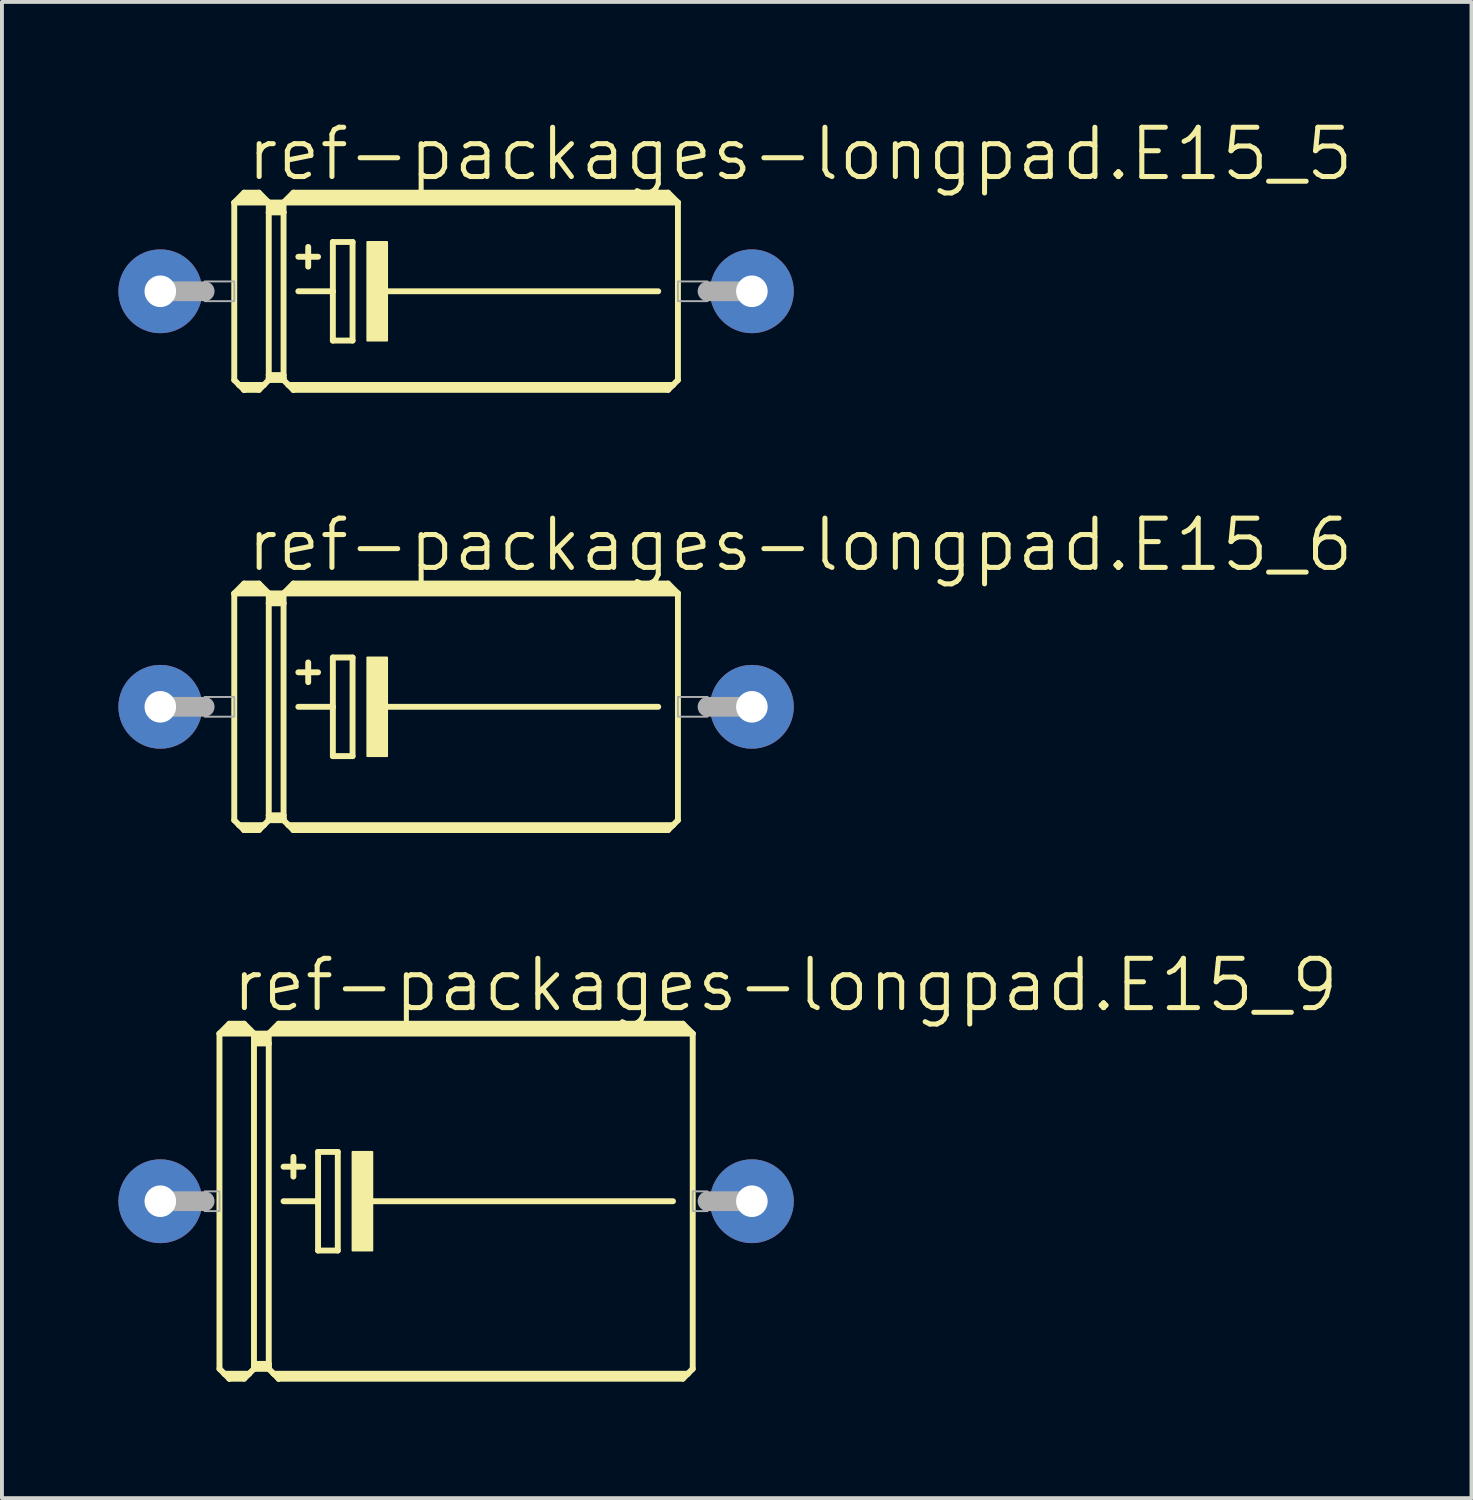
<source format=kicad_pcb>
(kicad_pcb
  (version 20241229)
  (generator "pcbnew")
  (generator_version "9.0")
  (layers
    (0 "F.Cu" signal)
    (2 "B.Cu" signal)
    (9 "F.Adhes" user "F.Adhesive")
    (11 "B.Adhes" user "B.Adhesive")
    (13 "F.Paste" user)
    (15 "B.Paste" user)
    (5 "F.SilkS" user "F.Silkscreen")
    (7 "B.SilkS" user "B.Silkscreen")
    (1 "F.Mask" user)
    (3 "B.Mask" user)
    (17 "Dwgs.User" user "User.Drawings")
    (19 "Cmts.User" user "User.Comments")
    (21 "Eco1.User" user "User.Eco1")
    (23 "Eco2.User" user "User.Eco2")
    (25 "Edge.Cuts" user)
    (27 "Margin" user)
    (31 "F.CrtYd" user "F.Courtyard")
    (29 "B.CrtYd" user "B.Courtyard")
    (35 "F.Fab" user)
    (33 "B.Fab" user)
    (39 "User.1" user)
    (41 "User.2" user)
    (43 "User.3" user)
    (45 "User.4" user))
  (footprint "ref-packages-longpad.E15_9"
    (layer "F.Cu")
    (at 8.7 27.896)
    (property "Reference" "ref-packages-longpad.E15_9" (at -5.842 -4.826 0) (layer "F.SilkS") (effects (font (size 1.27 1.27) (thickness 0.13)) (justify left bottom)))
    (attr through_hole)
    (fp_line (start -6.096 -4.318) (end -5.207 -4.318) (stroke (width 0.152) (type default)) (layer "F.SilkS"))
    (fp_line (start -6.096 4.318) (end -6.096 -4.318) (stroke (width 0.152) (type default)) (layer "F.SilkS"))
    (fp_line (start -6.096 4.318) (end -5.969 4.445) (stroke (width 0.152) (type default)) (layer "F.SilkS"))
    (fp_line (start -5.969 4.445) (end -5.842 4.572) (stroke (width 0.152) (type default)) (layer "F.SilkS"))
    (fp_line (start -5.969 4.445) (end -5.334 4.445) (stroke (width 0.152) (type default)) (layer "F.SilkS"))
    (fp_line (start -5.842 -4.572) (end -6.096 -4.318) (stroke (width 0.152) (type default)) (layer "F.SilkS"))
    (fp_line (start -5.842 -4.572) (end -5.461 -4.572) (stroke (width 0.152) (type default)) (layer "F.SilkS"))
    (fp_line (start -5.842 -4.445) (end -5.461 -4.445) (stroke (width 0.305) (type default)) (layer "F.SilkS"))
    (fp_line (start -5.842 4.521) (end -5.842 4.572) (stroke (width 0.152) (type default)) (layer "F.SilkS"))
    (fp_line (start -5.842 4.572) (end -5.461 4.572) (stroke (width 0.152) (type default)) (layer "F.SilkS"))
    (fp_line (start -5.461 -4.572) (end -5.207 -4.318) (stroke (width 0.152) (type default)) (layer "F.SilkS"))
    (fp_line (start -5.461 4.521) (end -5.842 4.521) (stroke (width 0.152) (type default)) (layer "F.SilkS"))
    (fp_line (start -5.461 4.572) (end -5.334 4.445) (stroke (width 0.152) (type default)) (layer "F.SilkS"))
    (fp_line (start -5.334 4.445) (end -5.207 4.318) (stroke (width 0.152) (type default)) (layer "F.SilkS"))
    (fp_line (start -5.207 -4.318) (end -5.207 -4.064) (stroke (width 0.152) (type default)) (layer "F.SilkS"))
    (fp_line (start -5.207 -4.318) (end -4.826 -4.318) (stroke (width 0.152) (type default)) (layer "F.SilkS"))
    (fp_line (start -5.207 -4.064) (end -5.207 4.191) (stroke (width 0.152) (type default)) (layer "F.SilkS"))
    (fp_line (start -5.207 -4.064) (end -4.826 -4.064) (stroke (width 0.152) (type default)) (layer "F.SilkS"))
    (fp_line (start -5.207 4.191) (end -5.207 4.267) (stroke (width 0.152) (type default)) (layer "F.SilkS"))
    (fp_line (start -5.207 4.191) (end -4.826 4.191) (stroke (width 0.152) (type default)) (layer "F.SilkS"))
    (fp_line (start -5.207 4.267) (end -5.207 4.318) (stroke (width 0.152) (type default)) (layer "F.SilkS"))
    (fp_line (start -5.207 4.318) (end -4.826 4.318) (stroke (width 0.152) (type default)) (layer "F.SilkS"))
    (fp_line (start -5.08 -4.191) (end -4.953 -4.191) (stroke (width 0.305) (type default)) (layer "F.SilkS"))
    (fp_line (start -4.826 -4.318) (end -4.826 -4.064) (stroke (width 0.152) (type default)) (layer "F.SilkS"))
    (fp_line (start -4.826 -4.318) (end -4.572 -4.572) (stroke (width 0.152) (type default)) (layer "F.SilkS"))
    (fp_line (start -4.826 -4.318) (end 6.096 -4.318) (stroke (width 0.152) (type default)) (layer "F.SilkS"))
    (fp_line (start -4.826 -4.064) (end -4.826 4.191) (stroke (width 0.152) (type default)) (layer "F.SilkS"))
    (fp_line (start -4.826 4.191) (end -4.826 4.267) (stroke (width 0.152) (type default)) (layer "F.SilkS"))
    (fp_line (start -4.826 4.267) (end -5.207 4.267) (stroke (width 0.152) (type default)) (layer "F.SilkS"))
    (fp_line (start -4.826 4.267) (end -4.826 4.318) (stroke (width 0.152) (type default)) (layer "F.SilkS"))
    (fp_line (start -4.826 4.318) (end -4.699 4.445) (stroke (width 0.152) (type default)) (layer "F.SilkS"))
    (fp_line (start -4.699 4.445) (end -4.572 4.572) (stroke (width 0.152) (type default)) (layer "F.SilkS"))
    (fp_line (start -4.699 4.445) (end 5.969 4.445) (stroke (width 0.152) (type default)) (layer "F.SilkS"))
    (fp_line (start -4.572 -4.572) (end 5.842 -4.572) (stroke (width 0.152) (type default)) (layer "F.SilkS"))
    (fp_line (start -4.572 -4.445) (end 5.842 -4.445) (stroke (width 0.305) (type default)) (layer "F.SilkS"))
    (fp_line (start -4.572 4.521) (end -4.572 4.572) (stroke (width 0.152) (type default)) (layer "F.SilkS"))
    (fp_line (start -4.572 4.572) (end 5.842 4.572) (stroke (width 0.152) (type default)) (layer "F.SilkS"))
    (fp_line (start -4.445 -0.889) (end -3.937 -0.889) (stroke (width 0.152) (type default)) (layer "F.SilkS"))
    (fp_line (start -4.445 0) (end -3.556 0) (stroke (width 0.152) (type default)) (layer "F.SilkS"))
    (fp_line (start -4.191 -1.143) (end -4.191 -0.635) (stroke (width 0.152) (type default)) (layer "F.SilkS"))
    (fp_line (start -3.556 -1.27) (end -3.556 0) (stroke (width 0.152) (type default)) (layer "F.SilkS"))
    (fp_line (start -3.556 0) (end -3.556 1.27) (stroke (width 0.152) (type default)) (layer "F.SilkS"))
    (fp_line (start -3.556 1.27) (end -3.048 1.27) (stroke (width 0.152) (type default)) (layer "F.SilkS"))
    (fp_line (start -3.048 -1.27) (end -3.556 -1.27) (stroke (width 0.152) (type default)) (layer "F.SilkS"))
    (fp_line (start -3.048 1.27) (end -3.048 -1.27) (stroke (width 0.152) (type default)) (layer "F.SilkS"))
    (fp_line (start -2.286 0) (end 5.588 0) (stroke (width 0.152) (type default)) (layer "F.SilkS"))
    (fp_line (start 5.842 4.521) (end -4.572 4.521) (stroke (width 0.152) (type default)) (layer "F.SilkS"))
    (fp_line (start 5.969 4.445) (end 5.842 4.572) (stroke (width 0.152) (type default)) (layer "F.SilkS"))
    (fp_line (start 6.096 -4.318) (end 5.842 -4.572) (stroke (width 0.152) (type default)) (layer "F.SilkS"))
    (fp_line (start 6.096 -4.318) (end 6.096 4.318) (stroke (width 0.152) (type default)) (layer "F.SilkS"))
    (fp_line (start 6.096 4.318) (end 5.969 4.445) (stroke (width 0.152) (type default)) (layer "F.SilkS"))
    (fp_rect (start -2.667 1.27) (end -2.159 -1.27) (stroke (width 0.05) (type default)) (fill yes) (layer "F.SilkS"))
    (fp_line (start -7.62 0) (end -6.477 0) (stroke (width 0.508) (type default)) (layer "F.Fab"))
    (fp_line (start 7.62 0) (end 6.477 0) (stroke (width 0.508) (type default)) (layer "F.Fab"))
    (fp_rect (start -6.477 0.254) (end -6.096 -0.254) (stroke (width 0.05) (type default)) (fill no) (layer "F.Fab"))
    (fp_rect (start 6.096 0.254) (end 6.477 -0.254) (stroke (width 0.05) (type default)) (fill no) (layer "F.Fab"))
    (pad "+" thru_hole circle (at -7.62 0) (size 2.159 2.159) (drill 0.813) (layers "*.Cu" "*.Mask"))
    (pad "-" thru_hole circle (at 7.62 0) (size 2.159 2.159) (drill 0.813) (layers "*.Cu" "*.Mask")))
  (footprint "ref-packages-longpad.E15_6"
    (layer "F.Cu")
    (at 8.7 15.159)
    (property "Reference" "ref-packages-longpad.E15_6" (at -5.461 -3.429 0) (layer "F.SilkS") (effects (font (size 1.27 1.27) (thickness 0.13)) (justify left bottom)))
    (attr through_hole)
    (fp_line (start -5.715 -2.921) (end -4.826 -2.921) (stroke (width 0.152) (type default)) (layer "F.SilkS"))
    (fp_line (start -5.715 2.921) (end -5.715 -2.921) (stroke (width 0.152) (type default)) (layer "F.SilkS"))
    (fp_line (start -5.715 2.921) (end -5.588 3.048) (stroke (width 0.152) (type default)) (layer "F.SilkS"))
    (fp_line (start -5.588 3.048) (end -5.461 3.175) (stroke (width 0.152) (type default)) (layer "F.SilkS"))
    (fp_line (start -5.588 3.048) (end -4.953 3.048) (stroke (width 0.152) (type default)) (layer "F.SilkS"))
    (fp_line (start -5.461 -3.175) (end -5.715 -2.921) (stroke (width 0.152) (type default)) (layer "F.SilkS"))
    (fp_line (start -5.461 -3.175) (end -5.08 -3.175) (stroke (width 0.152) (type default)) (layer "F.SilkS"))
    (fp_line (start -5.461 -3.048) (end -5.08 -3.048) (stroke (width 0.305) (type default)) (layer "F.SilkS"))
    (fp_line (start -5.461 3.124) (end -5.461 3.175) (stroke (width 0.152) (type default)) (layer "F.SilkS"))
    (fp_line (start -5.461 3.175) (end -5.08 3.175) (stroke (width 0.152) (type default)) (layer "F.SilkS"))
    (fp_line (start -5.08 -3.175) (end -4.826 -2.921) (stroke (width 0.152) (type default)) (layer "F.SilkS"))
    (fp_line (start -5.08 3.124) (end -5.461 3.124) (stroke (width 0.152) (type default)) (layer "F.SilkS"))
    (fp_line (start -5.08 3.175) (end -4.953 3.048) (stroke (width 0.152) (type default)) (layer "F.SilkS"))
    (fp_line (start -4.953 3.048) (end -4.826 2.921) (stroke (width 0.152) (type default)) (layer "F.SilkS"))
    (fp_line (start -4.826 -2.921) (end -4.826 -2.667) (stroke (width 0.152) (type default)) (layer "F.SilkS"))
    (fp_line (start -4.826 -2.921) (end -4.445 -2.921) (stroke (width 0.152) (type default)) (layer "F.SilkS"))
    (fp_line (start -4.826 -2.667) (end -4.826 2.794) (stroke (width 0.152) (type default)) (layer "F.SilkS"))
    (fp_line (start -4.826 -2.667) (end -4.445 -2.667) (stroke (width 0.152) (type default)) (layer "F.SilkS"))
    (fp_line (start -4.826 2.794) (end -4.826 2.87) (stroke (width 0.152) (type default)) (layer "F.SilkS"))
    (fp_line (start -4.826 2.794) (end -4.445 2.794) (stroke (width 0.152) (type default)) (layer "F.SilkS"))
    (fp_line (start -4.826 2.87) (end -4.826 2.921) (stroke (width 0.152) (type default)) (layer "F.SilkS"))
    (fp_line (start -4.826 2.921) (end -4.445 2.921) (stroke (width 0.152) (type default)) (layer "F.SilkS"))
    (fp_line (start -4.699 -2.794) (end -4.572 -2.794) (stroke (width 0.305) (type default)) (layer "F.SilkS"))
    (fp_line (start -4.445 -2.921) (end -4.445 -2.667) (stroke (width 0.152) (type default)) (layer "F.SilkS"))
    (fp_line (start -4.445 -2.921) (end -4.191 -3.175) (stroke (width 0.152) (type default)) (layer "F.SilkS"))
    (fp_line (start -4.445 -2.921) (end 5.715 -2.921) (stroke (width 0.152) (type default)) (layer "F.SilkS"))
    (fp_line (start -4.445 -2.667) (end -4.445 2.794) (stroke (width 0.152) (type default)) (layer "F.SilkS"))
    (fp_line (start -4.445 2.794) (end -4.445 2.87) (stroke (width 0.152) (type default)) (layer "F.SilkS"))
    (fp_line (start -4.445 2.87) (end -4.826 2.87) (stroke (width 0.152) (type default)) (layer "F.SilkS"))
    (fp_line (start -4.445 2.87) (end -4.445 2.921) (stroke (width 0.152) (type default)) (layer "F.SilkS"))
    (fp_line (start -4.445 2.921) (end -4.318 3.048) (stroke (width 0.152) (type default)) (layer "F.SilkS"))
    (fp_line (start -4.318 3.048) (end -4.191 3.175) (stroke (width 0.152) (type default)) (layer "F.SilkS"))
    (fp_line (start -4.318 3.048) (end 5.588 3.048) (stroke (width 0.152) (type default)) (layer "F.SilkS"))
    (fp_line (start -4.191 -3.175) (end 5.461 -3.175) (stroke (width 0.152) (type default)) (layer "F.SilkS"))
    (fp_line (start -4.191 -3.048) (end 5.461 -3.048) (stroke (width 0.305) (type default)) (layer "F.SilkS"))
    (fp_line (start -4.191 3.124) (end -4.191 3.175) (stroke (width 0.152) (type default)) (layer "F.SilkS"))
    (fp_line (start -4.191 3.175) (end 5.461 3.175) (stroke (width 0.152) (type default)) (layer "F.SilkS"))
    (fp_line (start -4.064 -0.889) (end -3.556 -0.889) (stroke (width 0.152) (type default)) (layer "F.SilkS"))
    (fp_line (start -4.064 0) (end -3.175 0) (stroke (width 0.152) (type default)) (layer "F.SilkS"))
    (fp_line (start -3.81 -1.143) (end -3.81 -0.635) (stroke (width 0.152) (type default)) (layer "F.SilkS"))
    (fp_line (start -3.175 -1.27) (end -3.175 0) (stroke (width 0.152) (type default)) (layer "F.SilkS"))
    (fp_line (start -3.175 0) (end -3.175 1.27) (stroke (width 0.152) (type default)) (layer "F.SilkS"))
    (fp_line (start -3.175 1.27) (end -2.667 1.27) (stroke (width 0.152) (type default)) (layer "F.SilkS"))
    (fp_line (start -2.667 -1.27) (end -3.175 -1.27) (stroke (width 0.152) (type default)) (layer "F.SilkS"))
    (fp_line (start -2.667 1.27) (end -2.667 -1.27) (stroke (width 0.152) (type default)) (layer "F.SilkS"))
    (fp_line (start -1.905 0) (end 5.207 0) (stroke (width 0.152) (type default)) (layer "F.SilkS"))
    (fp_line (start 5.461 3.124) (end -4.191 3.124) (stroke (width 0.152) (type default)) (layer "F.SilkS"))
    (fp_line (start 5.588 3.048) (end 5.461 3.175) (stroke (width 0.152) (type default)) (layer "F.SilkS"))
    (fp_line (start 5.715 -2.921) (end 5.461 -3.175) (stroke (width 0.152) (type default)) (layer "F.SilkS"))
    (fp_line (start 5.715 -2.921) (end 5.715 2.921) (stroke (width 0.152) (type default)) (layer "F.SilkS"))
    (fp_line (start 5.715 2.921) (end 5.588 3.048) (stroke (width 0.152) (type default)) (layer "F.SilkS"))
    (fp_rect (start -2.286 1.27) (end -1.778 -1.27) (stroke (width 0.05) (type default)) (fill yes) (layer "F.SilkS"))
    (fp_line (start -7.62 0) (end -6.477 0) (stroke (width 0.508) (type default)) (layer "F.Fab"))
    (fp_line (start 7.62 0) (end 6.477 0) (stroke (width 0.508) (type default)) (layer "F.Fab"))
    (fp_rect (start -6.477 0.254) (end -5.715 -0.254) (stroke (width 0.05) (type default)) (fill no) (layer "F.Fab"))
    (fp_rect (start 5.715 0.254) (end 6.477 -0.254) (stroke (width 0.05) (type default)) (fill no) (layer "F.Fab"))
    (pad "+" thru_hole circle (at -7.62 0) (size 2.159 2.159) (drill 0.813) (layers "*.Cu" "*.Mask"))
    (pad "-" thru_hole circle (at 7.62 0) (size 2.159 2.159) (drill 0.813) (layers "*.Cu" "*.Mask")))
  (footprint "ref-packages-longpad.E15_5"
    (layer "F.Cu")
    (at 8.7 4.454)
    (property "Reference" "ref-packages-longpad.E15_5" (at -5.461 -2.794 0) (layer "F.SilkS") (effects (font (size 1.27 1.27) (thickness 0.13)) (justify left bottom)))
    (attr through_hole)
    (fp_line (start -5.715 -2.286) (end -4.826 -2.286) (stroke (width 0.152) (type default)) (layer "F.SilkS"))
    (fp_line (start -5.715 2.286) (end -5.715 -2.286) (stroke (width 0.152) (type default)) (layer "F.SilkS"))
    (fp_line (start -5.715 2.286) (end -5.588 2.413) (stroke (width 0.152) (type default)) (layer "F.SilkS"))
    (fp_line (start -5.588 2.413) (end -5.461 2.54) (stroke (width 0.152) (type default)) (layer "F.SilkS"))
    (fp_line (start -5.588 2.413) (end -4.953 2.413) (stroke (width 0.152) (type default)) (layer "F.SilkS"))
    (fp_line (start -5.461 -2.54) (end -5.715 -2.286) (stroke (width 0.152) (type default)) (layer "F.SilkS"))
    (fp_line (start -5.461 -2.54) (end -5.08 -2.54) (stroke (width 0.152) (type default)) (layer "F.SilkS"))
    (fp_line (start -5.461 -2.413) (end -5.08 -2.413) (stroke (width 0.305) (type default)) (layer "F.SilkS"))
    (fp_line (start -5.461 2.489) (end -5.461 2.54) (stroke (width 0.152) (type default)) (layer "F.SilkS"))
    (fp_line (start -5.461 2.54) (end -5.08 2.54) (stroke (width 0.152) (type default)) (layer "F.SilkS"))
    (fp_line (start -5.08 -2.54) (end -4.826 -2.286) (stroke (width 0.152) (type default)) (layer "F.SilkS"))
    (fp_line (start -5.08 2.489) (end -5.461 2.489) (stroke (width 0.152) (type default)) (layer "F.SilkS"))
    (fp_line (start -5.08 2.54) (end -4.953 2.413) (stroke (width 0.152) (type default)) (layer "F.SilkS"))
    (fp_line (start -4.953 2.413) (end -4.826 2.286) (stroke (width 0.152) (type default)) (layer "F.SilkS"))
    (fp_line (start -4.826 -2.286) (end -4.826 -2.032) (stroke (width 0.152) (type default)) (layer "F.SilkS"))
    (fp_line (start -4.826 -2.286) (end -4.445 -2.286) (stroke (width 0.152) (type default)) (layer "F.SilkS"))
    (fp_line (start -4.826 -2.032) (end -4.826 2.159) (stroke (width 0.152) (type default)) (layer "F.SilkS"))
    (fp_line (start -4.826 -2.032) (end -4.445 -2.032) (stroke (width 0.152) (type default)) (layer "F.SilkS"))
    (fp_line (start -4.826 2.159) (end -4.826 2.235) (stroke (width 0.152) (type default)) (layer "F.SilkS"))
    (fp_line (start -4.826 2.159) (end -4.445 2.159) (stroke (width 0.152) (type default)) (layer "F.SilkS"))
    (fp_line (start -4.826 2.235) (end -4.826 2.286) (stroke (width 0.152) (type default)) (layer "F.SilkS"))
    (fp_line (start -4.826 2.286) (end -4.445 2.286) (stroke (width 0.152) (type default)) (layer "F.SilkS"))
    (fp_line (start -4.699 -2.159) (end -4.572 -2.159) (stroke (width 0.305) (type default)) (layer "F.SilkS"))
    (fp_line (start -4.445 -2.286) (end -4.445 -2.032) (stroke (width 0.152) (type default)) (layer "F.SilkS"))
    (fp_line (start -4.445 -2.286) (end -4.191 -2.54) (stroke (width 0.152) (type default)) (layer "F.SilkS"))
    (fp_line (start -4.445 -2.286) (end 5.715 -2.286) (stroke (width 0.152) (type default)) (layer "F.SilkS"))
    (fp_line (start -4.445 -2.032) (end -4.445 2.159) (stroke (width 0.152) (type default)) (layer "F.SilkS"))
    (fp_line (start -4.445 2.159) (end -4.445 2.235) (stroke (width 0.152) (type default)) (layer "F.SilkS"))
    (fp_line (start -4.445 2.235) (end -4.826 2.235) (stroke (width 0.152) (type default)) (layer "F.SilkS"))
    (fp_line (start -4.445 2.235) (end -4.445 2.286) (stroke (width 0.152) (type default)) (layer "F.SilkS"))
    (fp_line (start -4.445 2.286) (end -4.318 2.413) (stroke (width 0.152) (type default)) (layer "F.SilkS"))
    (fp_line (start -4.318 2.413) (end -4.191 2.54) (stroke (width 0.152) (type default)) (layer "F.SilkS"))
    (fp_line (start -4.318 2.413) (end 5.588 2.413) (stroke (width 0.152) (type default)) (layer "F.SilkS"))
    (fp_line (start -4.191 -2.54) (end 5.461 -2.54) (stroke (width 0.152) (type default)) (layer "F.SilkS"))
    (fp_line (start -4.191 -2.413) (end 5.461 -2.413) (stroke (width 0.305) (type default)) (layer "F.SilkS"))
    (fp_line (start -4.191 2.489) (end -4.191 2.54) (stroke (width 0.152) (type default)) (layer "F.SilkS"))
    (fp_line (start -4.191 2.54) (end 5.461 2.54) (stroke (width 0.152) (type default)) (layer "F.SilkS"))
    (fp_line (start -4.064 -0.889) (end -3.556 -0.889) (stroke (width 0.152) (type default)) (layer "F.SilkS"))
    (fp_line (start -4.064 0) (end -3.175 0) (stroke (width 0.152) (type default)) (layer "F.SilkS"))
    (fp_line (start -3.81 -1.143) (end -3.81 -0.635) (stroke (width 0.152) (type default)) (layer "F.SilkS"))
    (fp_line (start -3.175 -1.27) (end -3.175 0) (stroke (width 0.152) (type default)) (layer "F.SilkS"))
    (fp_line (start -3.175 0) (end -3.175 1.27) (stroke (width 0.152) (type default)) (layer "F.SilkS"))
    (fp_line (start -3.175 1.27) (end -2.667 1.27) (stroke (width 0.152) (type default)) (layer "F.SilkS"))
    (fp_line (start -2.667 -1.27) (end -3.175 -1.27) (stroke (width 0.152) (type default)) (layer "F.SilkS"))
    (fp_line (start -2.667 1.27) (end -2.667 -1.27) (stroke (width 0.152) (type default)) (layer "F.SilkS"))
    (fp_line (start -1.905 0) (end 5.207 0) (stroke (width 0.152) (type default)) (layer "F.SilkS"))
    (fp_line (start 5.461 2.489) (end -4.191 2.489) (stroke (width 0.152) (type default)) (layer "F.SilkS"))
    (fp_line (start 5.588 2.413) (end 5.461 2.54) (stroke (width 0.152) (type default)) (layer "F.SilkS"))
    (fp_line (start 5.715 -2.286) (end 5.461 -2.54) (stroke (width 0.152) (type default)) (layer "F.SilkS"))
    (fp_line (start 5.715 -2.286) (end 5.715 2.286) (stroke (width 0.152) (type default)) (layer "F.SilkS"))
    (fp_line (start 5.715 2.286) (end 5.588 2.413) (stroke (width 0.152) (type default)) (layer "F.SilkS"))
    (fp_rect (start -2.286 1.27) (end -1.778 -1.27) (stroke (width 0.05) (type default)) (fill yes) (layer "F.SilkS"))
    (fp_line (start -7.62 0) (end -6.477 0) (stroke (width 0.508) (type default)) (layer "F.Fab"))
    (fp_line (start 7.62 0) (end 6.477 0) (stroke (width 0.508) (type default)) (layer "F.Fab"))
    (fp_rect (start -6.477 0.254) (end -5.715 -0.254) (stroke (width 0.05) (type default)) (fill no) (layer "F.Fab"))
    (fp_rect (start 5.715 0.254) (end 6.477 -0.254) (stroke (width 0.05) (type default)) (fill no) (layer "F.Fab"))
    (pad "+" thru_hole circle (at -7.62 0) (size 2.159 2.159) (drill 0.813) (layers "*.Cu" "*.Mask"))
    (pad "-" thru_hole circle (at 7.62 0) (size 2.159 2.159) (drill 0.813) (layers "*.Cu" "*.Mask")))
  (gr_rect
    (start -3 -3)
    (end 34.859 35.545)
    (stroke (width 0.1) (type default))
    (fill no)
    (layer "Edge.Cuts")))
</source>
